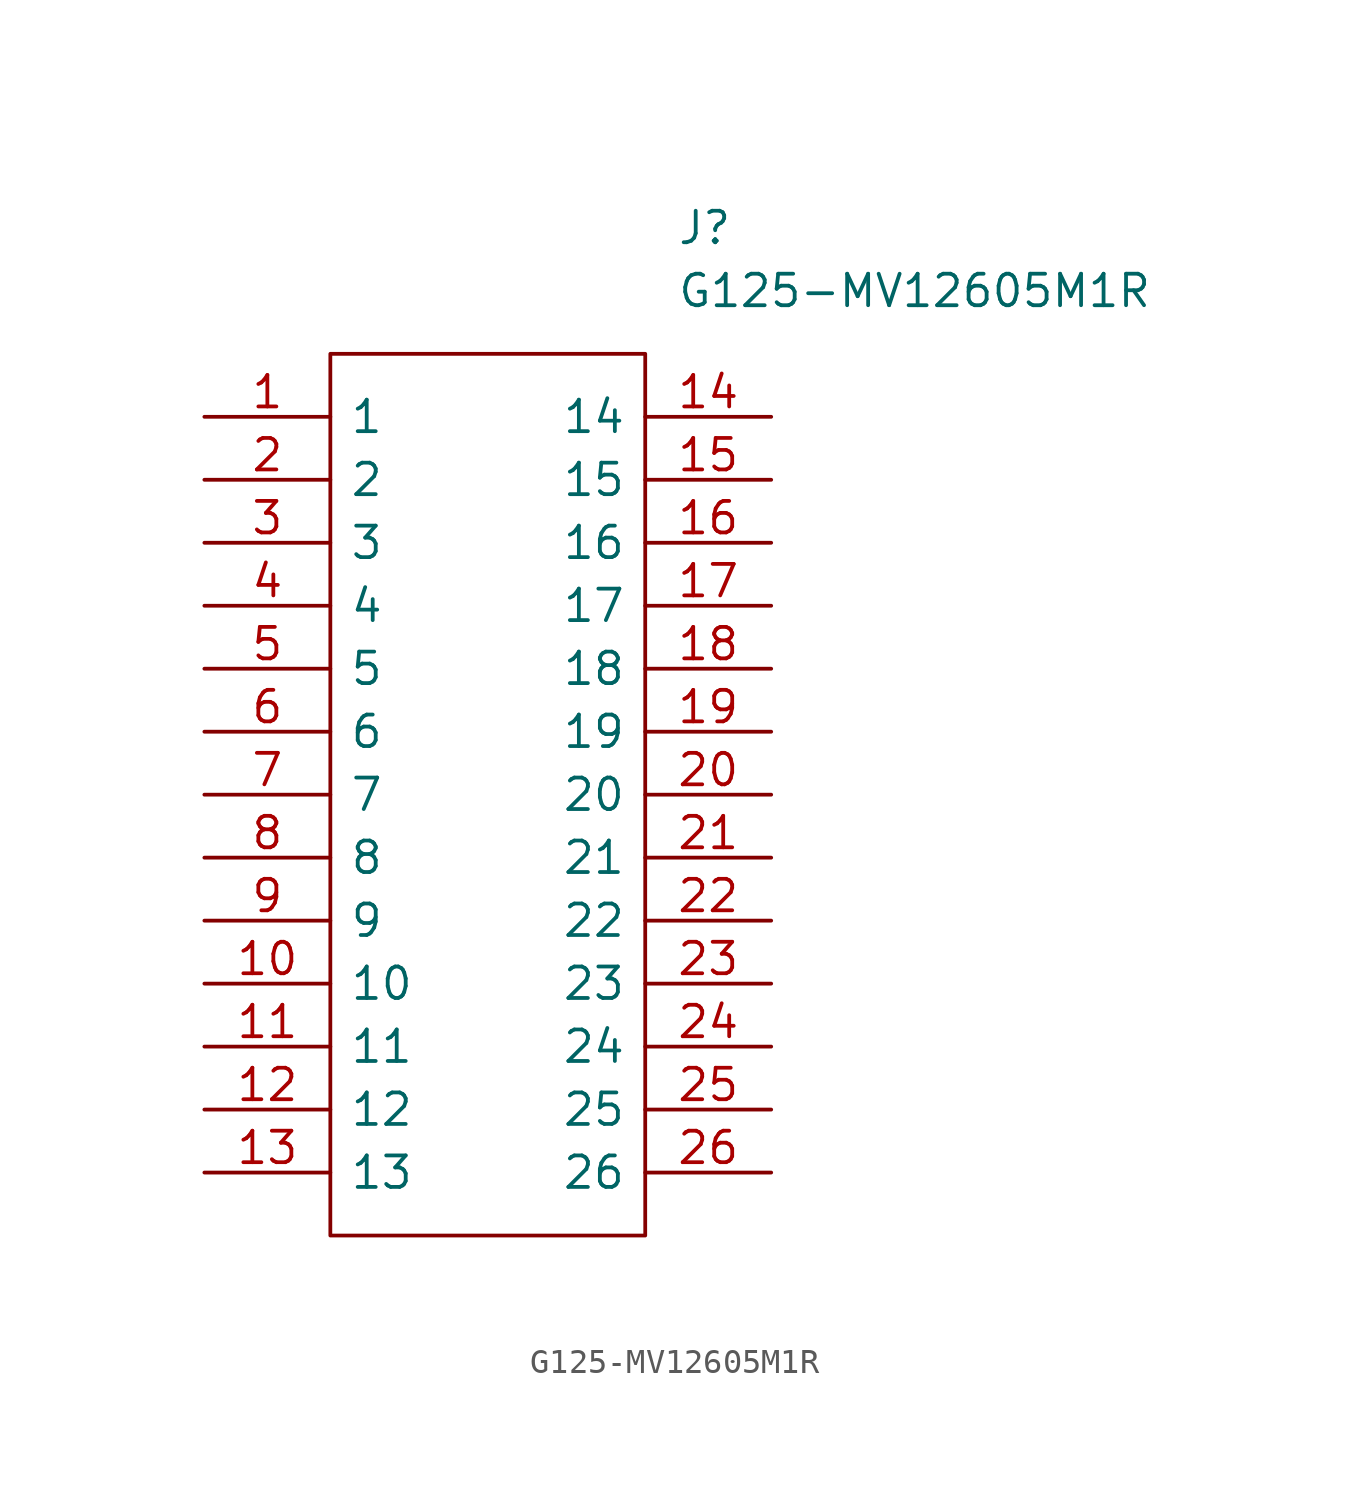
<source format=kicad_sym>
(kicad_symbol_lib
  (version 20211014)
  (generator kicad_symbol_editor)
  (symbol "G125-MV12605M1R"
    (pin_names
      (offset 0.762))
    (property "Reference" "J"
      (at 19.05 7.62 0)
      (effects (font (size 1.27 1.27)) (justify left)))
    (property "Value" "G125-MV12605M1R"
      (at 19.05 5.08 0)
      (effects (font (size 1.27 1.27)) (justify left)))
    (symbol "G125-MV12605M1R_0_0"
      (pin passive line (at 0 0 0) (length 5.08) (name "1" (effects (font (size 1.27 1.27)))) (number "1" (effects (font (size 1.27 1.27)))))
      (pin passive line (at 0 -22.86 0) (length 5.08) (name "10" (effects (font (size 1.27 1.27)))) (number "10" (effects (font (size 1.27 1.27)))))
      (pin passive line (at 0 -25.4 0) (length 5.08) (name "11" (effects (font (size 1.27 1.27)))) (number "11" (effects (font (size 1.27 1.27)))))
      (pin passive line (at 0 -27.94 0) (length 5.08) (name "12" (effects (font (size 1.27 1.27)))) (number "12" (effects (font (size 1.27 1.27)))))
      (pin passive line (at 0 -30.48 0) (length 5.08) (name "13" (effects (font (size 1.27 1.27)))) (number "13" (effects (font (size 1.27 1.27)))))
      (pin passive line (at 22.86 0 180) (length 5.08) (name "14" (effects (font (size 1.27 1.27)))) (number "14" (effects (font (size 1.27 1.27)))))
      (pin passive line (at 22.86 -2.54 180) (length 5.08) (name "15" (effects (font (size 1.27 1.27)))) (number "15" (effects (font (size 1.27 1.27)))))
      (pin passive line (at 22.86 -5.08 180) (length 5.08) (name "16" (effects (font (size 1.27 1.27)))) (number "16" (effects (font (size 1.27 1.27)))))
      (pin passive line (at 22.86 -7.62 180) (length 5.08) (name "17" (effects (font (size 1.27 1.27)))) (number "17" (effects (font (size 1.27 1.27)))))
      (pin passive line (at 22.86 -10.16 180) (length 5.08) (name "18" (effects (font (size 1.27 1.27)))) (number "18" (effects (font (size 1.27 1.27)))))
      (pin passive line (at 22.86 -12.7 180) (length 5.08) (name "19" (effects (font (size 1.27 1.27)))) (number "19" (effects (font (size 1.27 1.27)))))
      (pin passive line (at 0 -2.54 0) (length 5.08) (name "2" (effects (font (size 1.27 1.27)))) (number "2" (effects (font (size 1.27 1.27)))))
      (pin passive line (at 22.86 -15.24 180) (length 5.08) (name "20" (effects (font (size 1.27 1.27)))) (number "20" (effects (font (size 1.27 1.27)))))
      (pin passive line (at 22.86 -17.78 180) (length 5.08) (name "21" (effects (font (size 1.27 1.27)))) (number "21" (effects (font (size 1.27 1.27)))))
      (pin passive line (at 22.86 -20.32 180) (length 5.08) (name "22" (effects (font (size 1.27 1.27)))) (number "22" (effects (font (size 1.27 1.27)))))
      (pin passive line (at 22.86 -22.86 180) (length 5.08) (name "23" (effects (font (size 1.27 1.27)))) (number "23" (effects (font (size 1.27 1.27)))))
      (pin passive line (at 22.86 -25.4 180) (length 5.08) (name "24" (effects (font (size 1.27 1.27)))) (number "24" (effects (font (size 1.27 1.27)))))
      (pin passive line (at 22.86 -27.94 180) (length 5.08) (name "25" (effects (font (size 1.27 1.27)))) (number "25" (effects (font (size 1.27 1.27)))))
      (pin passive line (at 22.86 -30.48 180) (length 5.08) (name "26" (effects (font (size 1.27 1.27)))) (number "26" (effects (font (size 1.27 1.27)))))
      (pin passive line (at 0 -5.08 0) (length 5.08) (name "3" (effects (font (size 1.27 1.27)))) (number "3" (effects (font (size 1.27 1.27)))))
      (pin passive line (at 0 -7.62 0) (length 5.08) (name "4" (effects (font (size 1.27 1.27)))) (number "4" (effects (font (size 1.27 1.27)))))
      (pin passive line (at 0 -10.16 0) (length 5.08) (name "5" (effects (font (size 1.27 1.27)))) (number "5" (effects (font (size 1.27 1.27)))))
      (pin passive line (at 0 -12.7 0) (length 5.08) (name "6" (effects (font (size 1.27 1.27)))) (number "6" (effects (font (size 1.27 1.27)))))
      (pin passive line (at 0 -15.24 0) (length 5.08) (name "7" (effects (font (size 1.27 1.27)))) (number "7" (effects (font (size 1.27 1.27)))))
      (pin passive line (at 0 -17.78 0) (length 5.08) (name "8" (effects (font (size 1.27 1.27)))) (number "8" (effects (font (size 1.27 1.27)))))
      (pin passive line (at 0 -20.32 0) (length 5.08) (name "9" (effects (font (size 1.27 1.27)))) (number "9" (effects (font (size 1.27 1.27))))))
    (symbol "G125-MV12605M1R_0_1"
      (polyline (pts (xy 5.08 2.54) (xy 17.78 2.54) (xy 17.78 -33.02) (xy 5.08 -33.02) (xy 5.08 2.54)) (stroke (width 0.152) (type default) (color 0 0 0 0)) (fill (type none))))))
</source>
